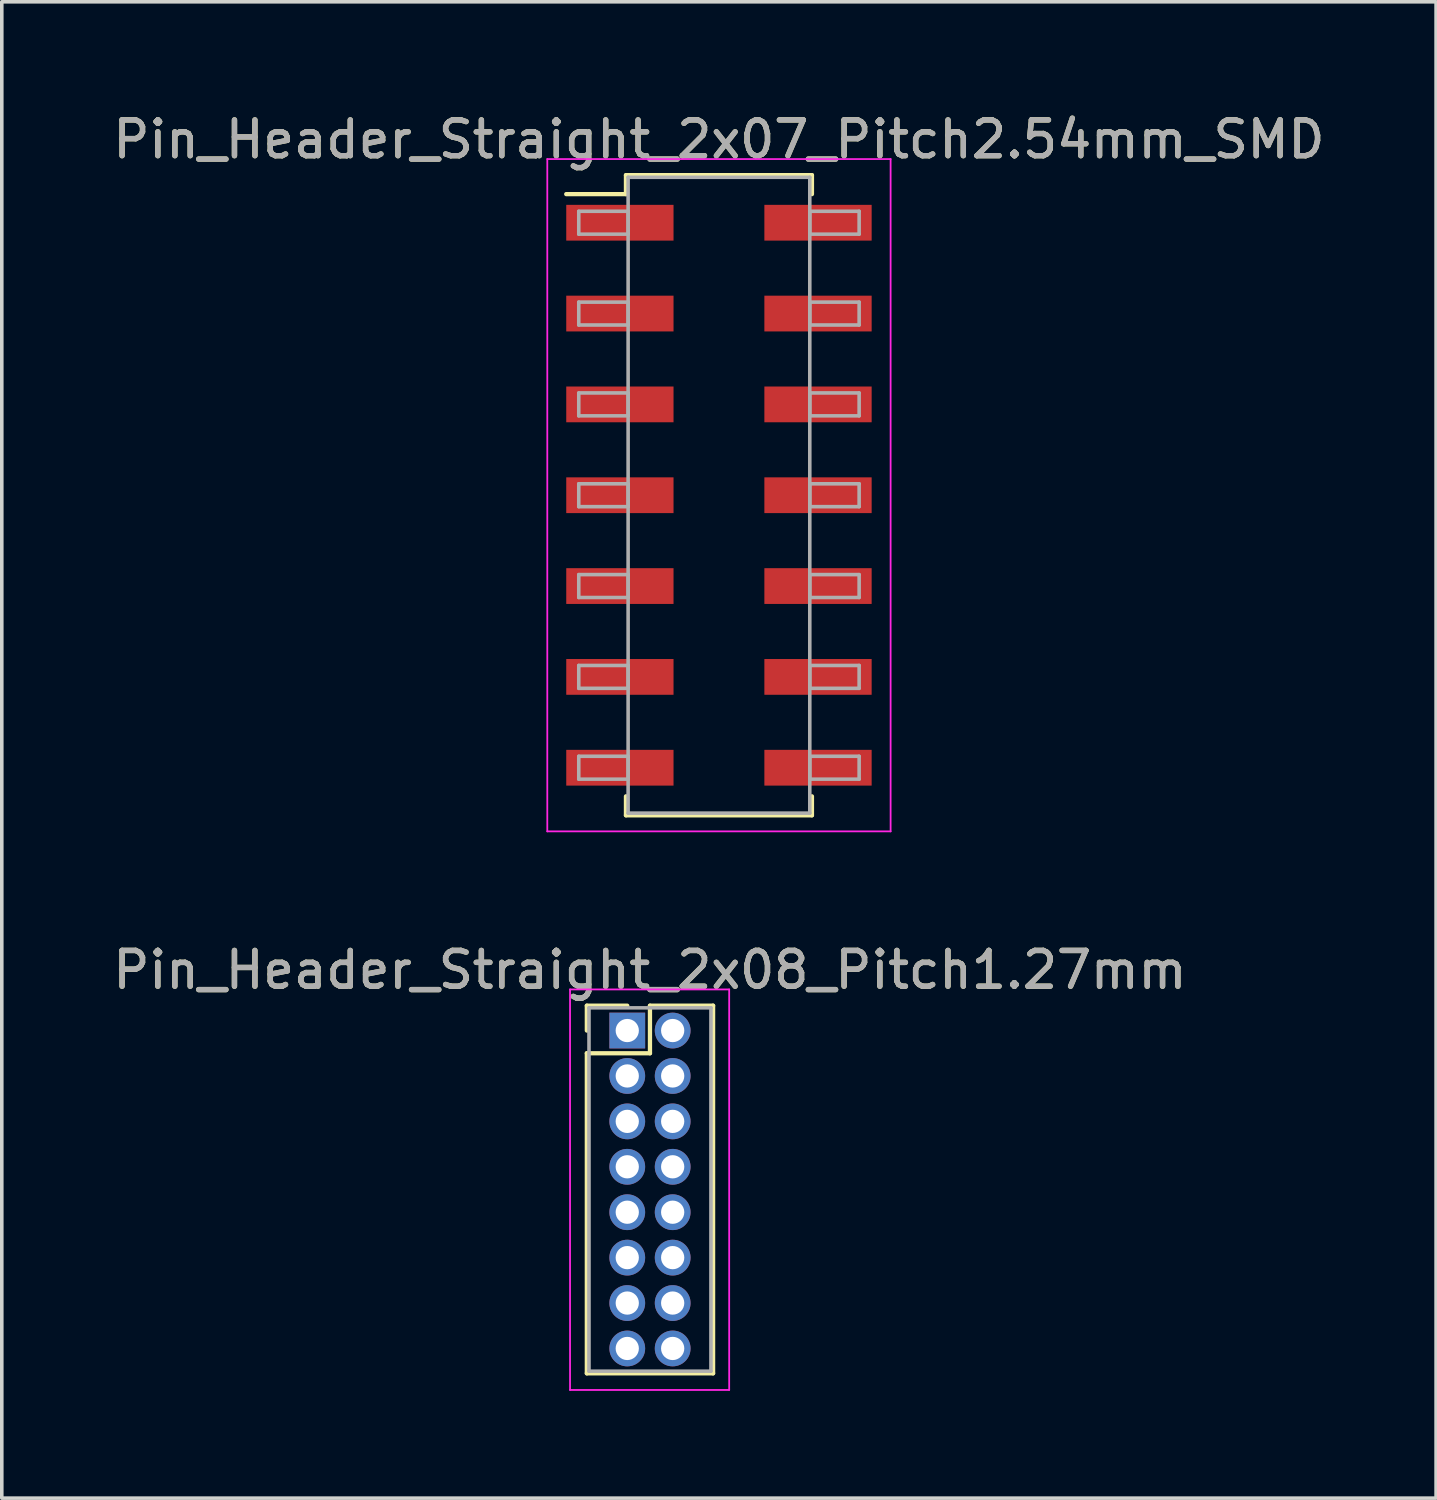
<source format=kicad_pcb>
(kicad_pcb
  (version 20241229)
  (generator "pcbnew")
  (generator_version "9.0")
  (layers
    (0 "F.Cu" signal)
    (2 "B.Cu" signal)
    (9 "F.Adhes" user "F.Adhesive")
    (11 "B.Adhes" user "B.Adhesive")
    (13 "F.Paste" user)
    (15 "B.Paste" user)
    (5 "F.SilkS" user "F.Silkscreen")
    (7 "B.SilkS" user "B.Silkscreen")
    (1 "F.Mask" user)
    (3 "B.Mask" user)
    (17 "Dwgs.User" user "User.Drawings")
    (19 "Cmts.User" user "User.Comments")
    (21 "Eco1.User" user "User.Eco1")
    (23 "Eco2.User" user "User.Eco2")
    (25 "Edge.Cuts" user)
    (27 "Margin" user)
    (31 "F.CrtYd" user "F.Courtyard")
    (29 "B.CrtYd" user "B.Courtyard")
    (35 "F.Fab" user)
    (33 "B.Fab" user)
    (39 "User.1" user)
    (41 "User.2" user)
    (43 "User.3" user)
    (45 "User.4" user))
  (footprint "Pin_Header_Straight_2x07_Pitch2.54mm_SMD"
    (layer "F.Cu")
    (at 17.054 10.798)
    (property "Reference" "Pin_Header_Straight_2x07_Pitch2.54mm_SMD" (at 0 -9.95 0) (layer "F.SilkS") (effects (font (size 1 1) (thickness 0.15))))
    (attr smd)
    (fp_line (start -4.27 -8.42) (end -2.6 -8.42) (stroke (width 0.12) (type solid)) (layer "F.SilkS"))
    (fp_line (start -2.6 -8.95) (end 2.6 -8.95) (stroke (width 0.12) (type solid)) (layer "F.SilkS"))
    (fp_line (start -2.6 -8.42) (end -2.6 -8.95) (stroke (width 0.12) (type solid)) (layer "F.SilkS"))
    (fp_line (start -2.6 8.42) (end -2.6 8.95) (stroke (width 0.12) (type solid)) (layer "F.SilkS"))
    (fp_line (start -2.6 8.95) (end 2.6 8.95) (stroke (width 0.12) (type solid)) (layer "F.SilkS"))
    (fp_line (start 2.6 -8.95) (end 2.6 -8.42) (stroke (width 0.12) (type solid)) (layer "F.SilkS"))
    (fp_line (start 2.6 8.95) (end 2.6 8.42) (stroke (width 0.12) (type solid)) (layer "F.SilkS"))
    (fp_line (start -4.8 -9.4) (end -4.8 9.4) (stroke (width 0.05) (type solid)) (layer "F.CrtYd"))
    (fp_line (start -4.8 9.4) (end 4.8 9.4) (stroke (width 0.05) (type solid)) (layer "F.CrtYd"))
    (fp_line (start 4.8 -9.4) (end -4.8 -9.4) (stroke (width 0.05) (type solid)) (layer "F.CrtYd"))
    (fp_line (start 4.8 9.4) (end 4.8 -9.4) (stroke (width 0.05) (type solid)) (layer "F.CrtYd"))
    (fp_line (start -3.92 -7.94) (end -2.54 -7.94) (stroke (width 0.1) (type solid)) (layer "F.Fab"))
    (fp_line (start -3.92 -7.3) (end -3.92 -7.94) (stroke (width 0.1) (type solid)) (layer "F.Fab"))
    (fp_line (start -3.92 -5.4) (end -2.54 -5.4) (stroke (width 0.1) (type solid)) (layer "F.Fab"))
    (fp_line (start -3.92 -4.76) (end -3.92 -5.4) (stroke (width 0.1) (type solid)) (layer "F.Fab"))
    (fp_line (start -3.92 -2.86) (end -2.54 -2.86) (stroke (width 0.1) (type solid)) (layer "F.Fab"))
    (fp_line (start -3.92 -2.22) (end -3.92 -2.86) (stroke (width 0.1) (type solid)) (layer "F.Fab"))
    (fp_line (start -3.92 -0.32) (end -2.54 -0.32) (stroke (width 0.1) (type solid)) (layer "F.Fab"))
    (fp_line (start -3.92 0.32) (end -3.92 -0.32) (stroke (width 0.1) (type solid)) (layer "F.Fab"))
    (fp_line (start -3.92 2.22) (end -2.54 2.22) (stroke (width 0.1) (type solid)) (layer "F.Fab"))
    (fp_line (start -3.92 2.86) (end -3.92 2.22) (stroke (width 0.1) (type solid)) (layer "F.Fab"))
    (fp_line (start -3.92 4.76) (end -2.54 4.76) (stroke (width 0.1) (type solid)) (layer "F.Fab"))
    (fp_line (start -3.92 5.4) (end -3.92 4.76) (stroke (width 0.1) (type solid)) (layer "F.Fab"))
    (fp_line (start -3.92 7.3) (end -2.54 7.3) (stroke (width 0.1) (type solid)) (layer "F.Fab"))
    (fp_line (start -3.92 7.94) (end -3.92 7.3) (stroke (width 0.1) (type solid)) (layer "F.Fab"))
    (fp_line (start -2.54 -8.89) (end -2.54 8.89) (stroke (width 0.1) (type solid)) (layer "F.Fab"))
    (fp_line (start -2.54 -7.94) (end -2.54 -7.3) (stroke (width 0.1) (type solid)) (layer "F.Fab"))
    (fp_line (start -2.54 -7.3) (end -3.92 -7.3) (stroke (width 0.1) (type solid)) (layer "F.Fab"))
    (fp_line (start -2.54 -5.4) (end -2.54 -4.76) (stroke (width 0.1) (type solid)) (layer "F.Fab"))
    (fp_line (start -2.54 -4.76) (end -3.92 -4.76) (stroke (width 0.1) (type solid)) (layer "F.Fab"))
    (fp_line (start -2.54 -2.86) (end -2.54 -2.22) (stroke (width 0.1) (type solid)) (layer "F.Fab"))
    (fp_line (start -2.54 -2.22) (end -3.92 -2.22) (stroke (width 0.1) (type solid)) (layer "F.Fab"))
    (fp_line (start -2.54 -0.32) (end -2.54 0.32) (stroke (width 0.1) (type solid)) (layer "F.Fab"))
    (fp_line (start -2.54 0.32) (end -3.92 0.32) (stroke (width 0.1) (type solid)) (layer "F.Fab"))
    (fp_line (start -2.54 2.22) (end -2.54 2.86) (stroke (width 0.1) (type solid)) (layer "F.Fab"))
    (fp_line (start -2.54 2.86) (end -3.92 2.86) (stroke (width 0.1) (type solid)) (layer "F.Fab"))
    (fp_line (start -2.54 4.76) (end -2.54 5.4) (stroke (width 0.1) (type solid)) (layer "F.Fab"))
    (fp_line (start -2.54 5.4) (end -3.92 5.4) (stroke (width 0.1) (type solid)) (layer "F.Fab"))
    (fp_line (start -2.54 7.3) (end -2.54 7.94) (stroke (width 0.1) (type solid)) (layer "F.Fab"))
    (fp_line (start -2.54 7.94) (end -3.92 7.94) (stroke (width 0.1) (type solid)) (layer "F.Fab"))
    (fp_line (start -2.54 8.89) (end 2.54 8.89) (stroke (width 0.1) (type solid)) (layer "F.Fab"))
    (fp_line (start 2.54 -8.89) (end -2.54 -8.89) (stroke (width 0.1) (type solid)) (layer "F.Fab"))
    (fp_line (start 2.54 -7.94) (end 2.54 -7.3) (stroke (width 0.1) (type solid)) (layer "F.Fab"))
    (fp_line (start 2.54 -7.3) (end 3.92 -7.3) (stroke (width 0.1) (type solid)) (layer "F.Fab"))
    (fp_line (start 2.54 -5.4) (end 2.54 -4.76) (stroke (width 0.1) (type solid)) (layer "F.Fab"))
    (fp_line (start 2.54 -4.76) (end 3.92 -4.76) (stroke (width 0.1) (type solid)) (layer "F.Fab"))
    (fp_line (start 2.54 -2.86) (end 2.54 -2.22) (stroke (width 0.1) (type solid)) (layer "F.Fab"))
    (fp_line (start 2.54 -2.22) (end 3.92 -2.22) (stroke (width 0.1) (type solid)) (layer "F.Fab"))
    (fp_line (start 2.54 -0.32) (end 2.54 0.32) (stroke (width 0.1) (type solid)) (layer "F.Fab"))
    (fp_line (start 2.54 0.32) (end 3.92 0.32) (stroke (width 0.1) (type solid)) (layer "F.Fab"))
    (fp_line (start 2.54 2.22) (end 2.54 2.86) (stroke (width 0.1) (type solid)) (layer "F.Fab"))
    (fp_line (start 2.54 2.86) (end 3.92 2.86) (stroke (width 0.1) (type solid)) (layer "F.Fab"))
    (fp_line (start 2.54 4.76) (end 2.54 5.4) (stroke (width 0.1) (type solid)) (layer "F.Fab"))
    (fp_line (start 2.54 5.4) (end 3.92 5.4) (stroke (width 0.1) (type solid)) (layer "F.Fab"))
    (fp_line (start 2.54 7.3) (end 2.54 7.94) (stroke (width 0.1) (type solid)) (layer "F.Fab"))
    (fp_line (start 2.54 7.94) (end 3.92 7.94) (stroke (width 0.1) (type solid)) (layer "F.Fab"))
    (fp_line (start 2.54 8.89) (end 2.54 -8.89) (stroke (width 0.1) (type solid)) (layer "F.Fab"))
    (fp_line (start 3.92 -7.94) (end 2.54 -7.94) (stroke (width 0.1) (type solid)) (layer "F.Fab"))
    (fp_line (start 3.92 -7.3) (end 3.92 -7.94) (stroke (width 0.1) (type solid)) (layer "F.Fab"))
    (fp_line (start 3.92 -5.4) (end 2.54 -5.4) (stroke (width 0.1) (type solid)) (layer "F.Fab"))
    (fp_line (start 3.92 -4.76) (end 3.92 -5.4) (stroke (width 0.1) (type solid)) (layer "F.Fab"))
    (fp_line (start 3.92 -2.86) (end 2.54 -2.86) (stroke (width 0.1) (type solid)) (layer "F.Fab"))
    (fp_line (start 3.92 -2.22) (end 3.92 -2.86) (stroke (width 0.1) (type solid)) (layer "F.Fab"))
    (fp_line (start 3.92 -0.32) (end 2.54 -0.32) (stroke (width 0.1) (type solid)) (layer "F.Fab"))
    (fp_line (start 3.92 0.32) (end 3.92 -0.32) (stroke (width 0.1) (type solid)) (layer "F.Fab"))
    (fp_line (start 3.92 2.22) (end 2.54 2.22) (stroke (width 0.1) (type solid)) (layer "F.Fab"))
    (fp_line (start 3.92 2.86) (end 3.92 2.22) (stroke (width 0.1) (type solid)) (layer "F.Fab"))
    (fp_line (start 3.92 4.76) (end 2.54 4.76) (stroke (width 0.1) (type solid)) (layer "F.Fab"))
    (fp_line (start 3.92 5.4) (end 3.92 4.76) (stroke (width 0.1) (type solid)) (layer "F.Fab"))
    (fp_line (start 3.92 7.3) (end 2.54 7.3) (stroke (width 0.1) (type solid)) (layer "F.Fab"))
    (fp_line (start 3.92 7.94) (end 3.92 7.3) (stroke (width 0.1) (type solid)) (layer "F.Fab"))
    (fp_text user "${REFERENCE}" (at 0 -9.95 0) (layer "F.Fab") (effects (font (size 1 1) (thickness 0.15))))
    (pad "1" smd rect (at -2.77 -7.62) (size 3 1) (layers "F.Cu" "F.Mask" "F.Paste"))
    (pad "2" smd rect (at 2.77 -7.62) (size 3 1) (layers "F.Cu" "F.Mask" "F.Paste"))
    (pad "3" smd rect (at -2.77 -5.08) (size 3 1) (layers "F.Cu" "F.Mask" "F.Paste"))
    (pad "4" smd rect (at 2.77 -5.08) (size 3 1) (layers "F.Cu" "F.Mask" "F.Paste"))
    (pad "5" smd rect (at -2.77 -2.54) (size 3 1) (layers "F.Cu" "F.Mask" "F.Paste"))
    (pad "6" smd rect (at 2.77 -2.54) (size 3 1) (layers "F.Cu" "F.Mask" "F.Paste"))
    (pad "7" smd rect (at -2.77 0) (size 3 1) (layers "F.Cu" "F.Mask" "F.Paste"))
    (pad "8" smd rect (at 2.77 0) (size 3 1) (layers "F.Cu" "F.Mask" "F.Paste"))
    (pad "9" smd rect (at -2.77 2.54) (size 3 1) (layers "F.Cu" "F.Mask" "F.Paste"))
    (pad "10" smd rect (at 2.77 2.54) (size 3 1) (layers "F.Cu" "F.Mask" "F.Paste"))
    (pad "11" smd rect (at -2.77 5.08) (size 3 1) (layers "F.Cu" "F.Mask" "F.Paste"))
    (pad "12" smd rect (at 2.77 5.08) (size 3 1) (layers "F.Cu" "F.Mask" "F.Paste"))
    (pad "13" smd rect (at -2.77 7.62) (size 3 1) (layers "F.Cu" "F.Mask" "F.Paste"))
    (pad "14" smd rect (at 2.77 7.62) (size 3 1) (layers "F.Cu" "F.Mask" "F.Paste")))
  (footprint "Pin_Header_Straight_2x08_Pitch1.27mm"
    (layer "F.Cu")
    (at 14.49 25.767)
    (property "Reference" "Pin_Header_Straight_2x08_Pitch1.27mm" (at 0.635 -1.695 0) (layer "F.SilkS") (effects (font (size 1 1) (thickness 0.15))))
    (attr through_hole)
    (fp_line (start -1.13 -0.695) (end 0 -0.695) (stroke (width 0.12) (type solid)) (layer "F.SilkS"))
    (fp_line (start -1.13 0) (end -1.13 -0.695) (stroke (width 0.12) (type solid)) (layer "F.SilkS"))
    (fp_line (start -1.13 0.635) (end -1.13 9.585) (stroke (width 0.12) (type solid)) (layer "F.SilkS"))
    (fp_line (start -1.13 9.585) (end 2.4 9.585) (stroke (width 0.12) (type solid)) (layer "F.SilkS"))
    (fp_line (start 0.635 -0.695) (end 0.635 0.635) (stroke (width 0.12) (type solid)) (layer "F.SilkS"))
    (fp_line (start 0.635 0.635) (end -1.13 0.635) (stroke (width 0.12) (type solid)) (layer "F.SilkS"))
    (fp_line (start 2.4 -0.695) (end 0.635 -0.695) (stroke (width 0.12) (type solid)) (layer "F.SilkS"))
    (fp_line (start 2.4 9.585) (end 2.4 -0.695) (stroke (width 0.12) (type solid)) (layer "F.SilkS"))
    (fp_line (start -1.6 -1.15) (end -1.6 10.05) (stroke (width 0.05) (type solid)) (layer "F.CrtYd"))
    (fp_line (start -1.6 10.05) (end 2.85 10.05) (stroke (width 0.05) (type solid)) (layer "F.CrtYd"))
    (fp_line (start 2.85 -1.15) (end -1.6 -1.15) (stroke (width 0.05) (type solid)) (layer "F.CrtYd"))
    (fp_line (start 2.85 10.05) (end 2.85 -1.15) (stroke (width 0.05) (type solid)) (layer "F.CrtYd"))
    (fp_line (start -1.07 -0.635) (end -1.07 9.525) (stroke (width 0.1) (type solid)) (layer "F.Fab"))
    (fp_line (start -1.07 9.525) (end 2.34 9.525) (stroke (width 0.1) (type solid)) (layer "F.Fab"))
    (fp_line (start 2.34 -0.635) (end -1.07 -0.635) (stroke (width 0.1) (type solid)) (layer "F.Fab"))
    (fp_line (start 2.34 9.525) (end 2.34 -0.635) (stroke (width 0.1) (type solid)) (layer "F.Fab"))
    (fp_text user "${REFERENCE}" (at 0.635 -1.695 0) (layer "F.Fab") (effects (font (size 1 1) (thickness 0.15))))
    (pad "1" thru_hole rect (at 0 0) (size 1 1) (drill 0.65) (layers "*.Cu" "*.Mask"))
    (pad "2" thru_hole oval (at 1.27 0) (size 1 1) (drill 0.65) (layers "*.Cu" "*.Mask"))
    (pad "3" thru_hole oval (at 0 1.27) (size 1 1) (drill 0.65) (layers "*.Cu" "*.Mask"))
    (pad "4" thru_hole oval (at 1.27 1.27) (size 1 1) (drill 0.65) (layers "*.Cu" "*.Mask"))
    (pad "5" thru_hole oval (at 0 2.54) (size 1 1) (drill 0.65) (layers "*.Cu" "*.Mask"))
    (pad "6" thru_hole oval (at 1.27 2.54) (size 1 1) (drill 0.65) (layers "*.Cu" "*.Mask"))
    (pad "7" thru_hole oval (at 0 3.81) (size 1 1) (drill 0.65) (layers "*.Cu" "*.Mask"))
    (pad "8" thru_hole oval (at 1.27 3.81) (size 1 1) (drill 0.65) (layers "*.Cu" "*.Mask"))
    (pad "9" thru_hole oval (at 0 5.08) (size 1 1) (drill 0.65) (layers "*.Cu" "*.Mask"))
    (pad "10" thru_hole oval (at 1.27 5.08) (size 1 1) (drill 0.65) (layers "*.Cu" "*.Mask"))
    (pad "11" thru_hole oval (at 0 6.35) (size 1 1) (drill 0.65) (layers "*.Cu" "*.Mask"))
    (pad "12" thru_hole oval (at 1.27 6.35) (size 1 1) (drill 0.65) (layers "*.Cu" "*.Mask"))
    (pad "13" thru_hole oval (at 0 7.62) (size 1 1) (drill 0.65) (layers "*.Cu" "*.Mask"))
    (pad "14" thru_hole oval (at 1.27 7.62) (size 1 1) (drill 0.65) (layers "*.Cu" "*.Mask"))
    (pad "15" thru_hole oval (at 0 8.89) (size 1 1) (drill 0.65) (layers "*.Cu" "*.Mask"))
    (pad "16" thru_hole oval (at 1.27 8.89) (size 1 1) (drill 0.65) (layers "*.Cu" "*.Mask")))
  (gr_rect
    (start -3 -3)
    (end 37.107 38.842)
    (stroke (width 0.1) (type default))
    (fill no)
    (layer "Edge.Cuts")))
</source>
